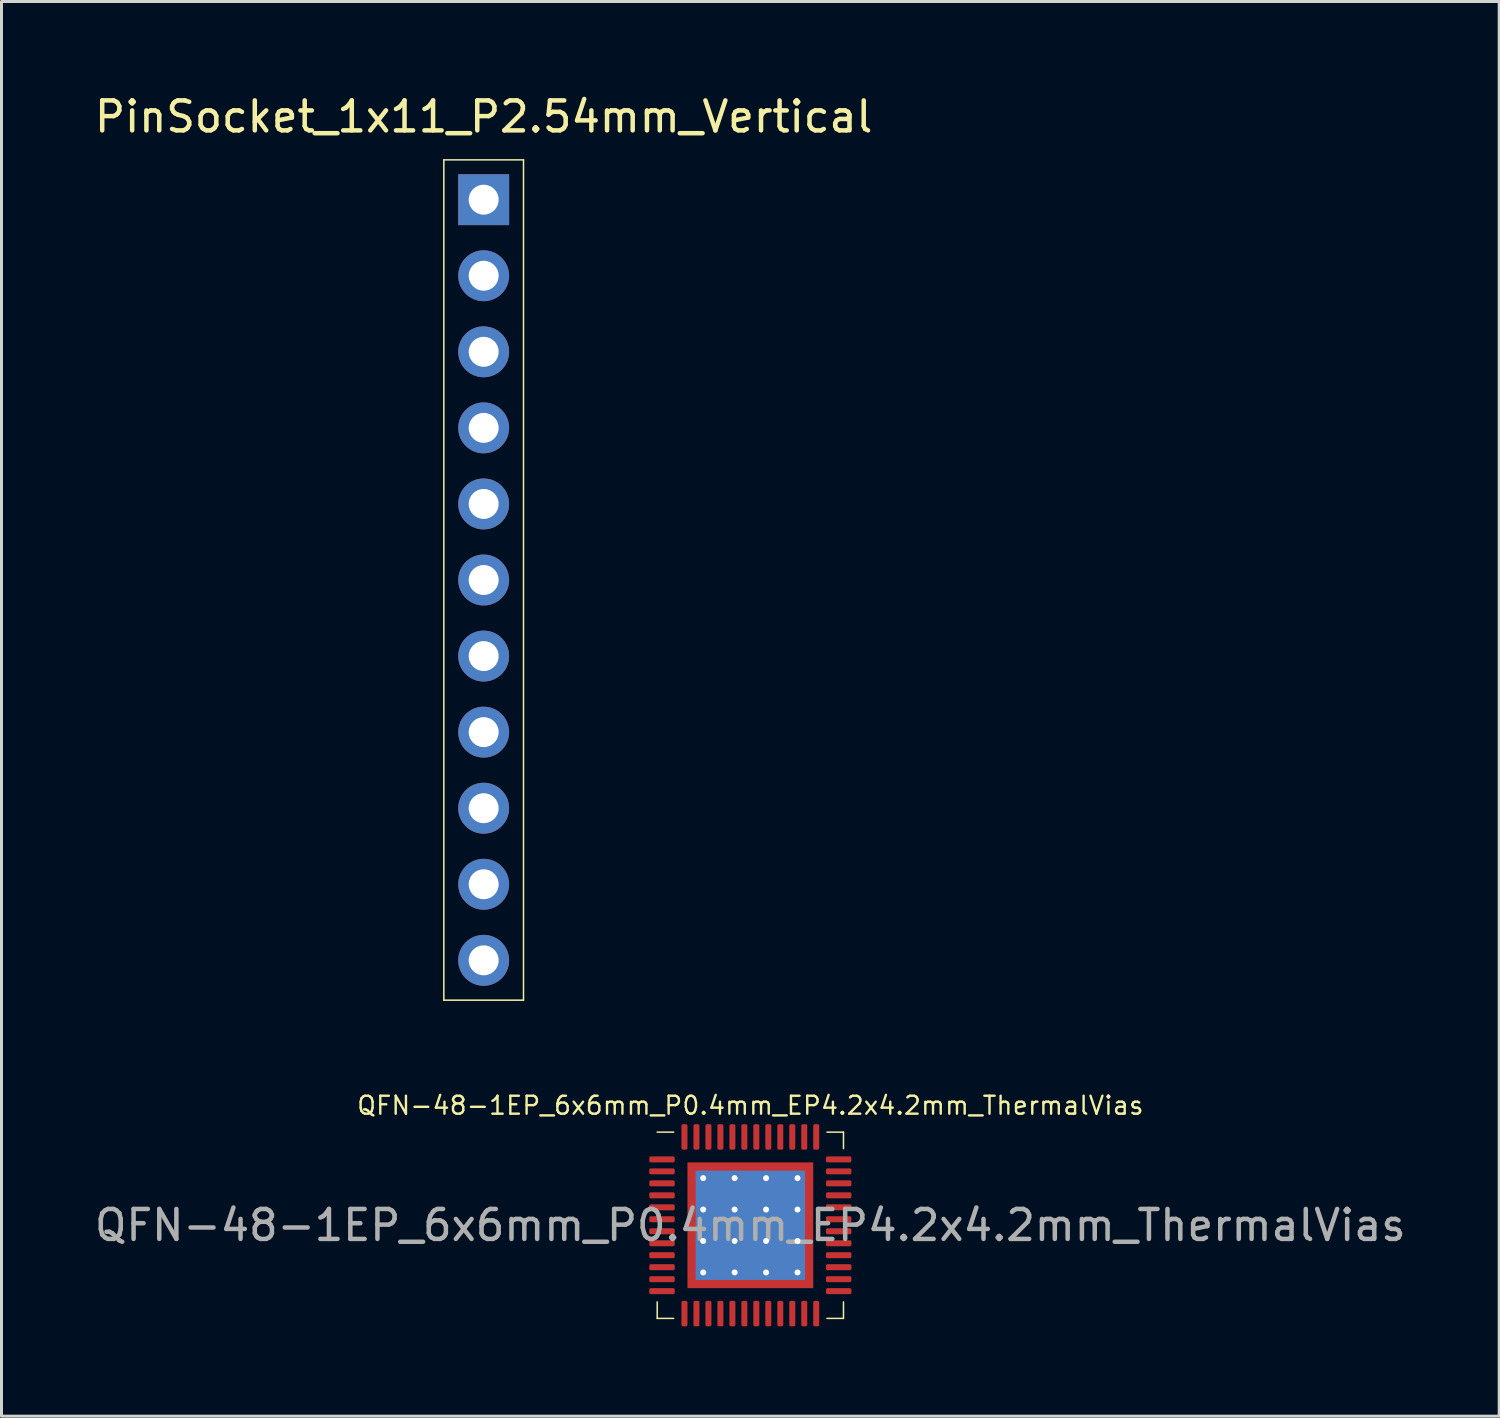
<source format=kicad_pcb>
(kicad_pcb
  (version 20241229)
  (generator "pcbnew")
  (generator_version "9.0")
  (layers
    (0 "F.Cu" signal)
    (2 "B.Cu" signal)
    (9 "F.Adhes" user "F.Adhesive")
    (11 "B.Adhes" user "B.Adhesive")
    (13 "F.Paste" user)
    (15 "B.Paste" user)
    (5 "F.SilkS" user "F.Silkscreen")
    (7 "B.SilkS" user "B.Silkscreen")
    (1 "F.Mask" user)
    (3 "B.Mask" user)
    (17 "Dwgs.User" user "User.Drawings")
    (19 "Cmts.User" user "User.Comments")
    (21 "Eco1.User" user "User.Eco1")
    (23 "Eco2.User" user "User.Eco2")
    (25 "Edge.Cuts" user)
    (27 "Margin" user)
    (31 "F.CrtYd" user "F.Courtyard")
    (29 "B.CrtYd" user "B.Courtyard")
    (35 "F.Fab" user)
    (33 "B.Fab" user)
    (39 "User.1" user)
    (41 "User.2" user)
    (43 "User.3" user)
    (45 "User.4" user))
  (footprint "QFN-48-1EP_6x6mm_P0.4mm_EP4.2x4.2mm_ThermalVias"
    (layer "F.Cu")
    (at 22.006 37.865)
    (property "Reference" "QFN-48-1EP_6x6mm_P0.4mm_EP4.2x4.2mm_ThermalVias" (at 0 -4 0) (layer "F.SilkS") (effects (font (size 0.6 0.6) (thickness 0.08))))
    (attr smd)
    (fp_line (start -3.11 3.11) (end -3.11 2.56) (stroke (width 0.05) (type solid)) (layer "F.SilkS"))
    (fp_line (start -2.56 -3.11) (end -3.11 -3.11) (stroke (width 0.05) (type solid)) (layer "F.SilkS"))
    (fp_line (start -2.56 3.11) (end -3.11 3.11) (stroke (width 0.05) (type solid)) (layer "F.SilkS"))
    (fp_line (start 2.56 -3.11) (end 3.11 -3.11) (stroke (width 0.05) (type solid)) (layer "F.SilkS"))
    (fp_line (start 2.56 3.11) (end 3.11 3.11) (stroke (width 0.05) (type solid)) (layer "F.SilkS"))
    (fp_line (start 3.11 -3.11) (end 3.11 -2.56) (stroke (width 0.05) (type solid)) (layer "F.SilkS"))
    (fp_line (start 3.11 3.11) (end 3.11 2.56) (stroke (width 0.05) (type solid)) (layer "F.SilkS"))
    (fp_text user "${REFERENCE}" (at 0 0 0) (layer "F.Fab") (effects (font (size 1 1) (thickness 0.15))))
    (pad "" smd custom (at -1.837 -1.837) (size 0.295 0.295) (layers "F.Paste") (options (anchor circle)) (primitives (gr_poly (pts (xy -0.106 -0.106) (xy 0.106 -0.106) (xy 0.106 -0.013) (xy -0.013 0.106) (xy -0.106 0.106)) (width 0.212) (fill yes))))
    (pad "" smd custom (at -1.837 -1.05) (size 0.331 0.331) (layers "F.Paste") (options (anchor circle)) (primitives (gr_poly (pts (xy -0.12 -0.331) (xy 0.043 -0.331) (xy 0.12 -0.255) (xy 0.12 0.255) (xy 0.043 0.331) (xy -0.12 0.331)) (width 0.184) (fill yes))))
    (pad "" smd custom (at -1.837 0) (size 0.331 0.331) (layers "F.Paste") (options (anchor circle)) (primitives (gr_poly (pts (xy -0.12 -0.331) (xy 0.043 -0.331) (xy 0.12 -0.255) (xy 0.12 0.255) (xy 0.043 0.331) (xy -0.12 0.331)) (width 0.184) (fill yes))))
    (pad "" smd custom (at -1.837 1.05) (size 0.331 0.331) (layers "F.Paste") (options (anchor circle)) (primitives (gr_poly (pts (xy -0.12 -0.331) (xy 0.043 -0.331) (xy 0.12 -0.255) (xy 0.12 0.255) (xy 0.043 0.331) (xy -0.12 0.331)) (width 0.184) (fill yes))))
    (pad "" smd custom (at -1.837 1.837) (size 0.295 0.295) (layers "F.Paste") (options (anchor circle)) (primitives (gr_poly (pts (xy -0.106 -0.106) (xy -0.013 -0.106) (xy 0.106 0.013) (xy 0.106 0.106) (xy -0.106 0.106)) (width 0.212) (fill yes))))
    (pad "" smd custom (at -1.05 -1.837) (size 0.331 0.331) (layers "F.Paste") (options (anchor circle)) (primitives (gr_poly (pts (xy -0.331 -0.12) (xy 0.331 -0.12) (xy 0.331 0.043) (xy 0.255 0.12) (xy -0.255 0.12) (xy -0.331 0.043)) (width 0.184) (fill yes))))
    (pad "" smd roundrect (at -1.05 -1.05) (size 0.847 0.847) (layers "F.Paste") (roundrect_rratio 0.25))
    (pad "" smd roundrect (at -1.05 0) (size 0.847 0.847) (layers "F.Paste") (roundrect_rratio 0.25))
    (pad "" smd roundrect (at -1.05 1.05) (size 0.847 0.847) (layers "F.Paste") (roundrect_rratio 0.25))
    (pad "" smd custom (at -1.05 1.837) (size 0.331 0.331) (layers "F.Paste") (options (anchor circle)) (primitives (gr_poly (pts (xy -0.331 -0.043) (xy -0.255 -0.12) (xy 0.255 -0.12) (xy 0.331 -0.043) (xy 0.331 0.12) (xy -0.331 0.12)) (width 0.184) (fill yes))))
    (pad "" smd custom (at 0 -1.837) (size 0.331 0.331) (layers "F.Paste") (options (anchor circle)) (primitives (gr_poly (pts (xy -0.331 -0.12) (xy 0.331 -0.12) (xy 0.331 0.043) (xy 0.255 0.12) (xy -0.255 0.12) (xy -0.331 0.043)) (width 0.184) (fill yes))))
    (pad "" smd roundrect (at 0 -1.05) (size 0.847 0.847) (layers "F.Paste") (roundrect_rratio 0.25))
    (pad "" smd roundrect (at 0 0) (size 0.847 0.847) (layers "F.Paste") (roundrect_rratio 0.25))
    (pad "" smd roundrect (at 0 1.05) (size 0.847 0.847) (layers "F.Paste") (roundrect_rratio 0.25))
    (pad "" smd custom (at 0 1.837) (size 0.331 0.331) (layers "F.Paste") (options (anchor circle)) (primitives (gr_poly (pts (xy -0.331 -0.043) (xy -0.255 -0.12) (xy 0.255 -0.12) (xy 0.331 -0.043) (xy 0.331 0.12) (xy -0.331 0.12)) (width 0.184) (fill yes))))
    (pad "" smd custom (at 1.05 -1.837) (size 0.331 0.331) (layers "F.Paste") (options (anchor circle)) (primitives (gr_poly (pts (xy -0.331 -0.12) (xy 0.331 -0.12) (xy 0.331 0.043) (xy 0.255 0.12) (xy -0.255 0.12) (xy -0.331 0.043)) (width 0.184) (fill yes))))
    (pad "" smd roundrect (at 1.05 -1.05) (size 0.847 0.847) (layers "F.Paste") (roundrect_rratio 0.25))
    (pad "" smd roundrect (at 1.05 0) (size 0.847 0.847) (layers "F.Paste") (roundrect_rratio 0.25))
    (pad "" smd roundrect (at 1.05 1.05) (size 0.847 0.847) (layers "F.Paste") (roundrect_rratio 0.25))
    (pad "" smd custom (at 1.05 1.837) (size 0.331 0.331) (layers "F.Paste") (options (anchor circle)) (primitives (gr_poly (pts (xy -0.331 -0.043) (xy -0.255 -0.12) (xy 0.255 -0.12) (xy 0.331 -0.043) (xy 0.331 0.12) (xy -0.331 0.12)) (width 0.184) (fill yes))))
    (pad "" smd custom (at 1.837 -1.837) (size 0.295 0.295) (layers "F.Paste") (options (anchor circle)) (primitives (gr_poly (pts (xy -0.106 -0.106) (xy 0.106 -0.106) (xy 0.106 0.106) (xy 0.013 0.106) (xy -0.106 -0.013)) (width 0.212) (fill yes))))
    (pad "" smd custom (at 1.837 -1.05) (size 0.331 0.331) (layers "F.Paste") (options (anchor circle)) (primitives (gr_poly (pts (xy -0.12 -0.255) (xy -0.043 -0.331) (xy 0.12 -0.331) (xy 0.12 0.331) (xy -0.043 0.331) (xy -0.12 0.255)) (width 0.184) (fill yes))))
    (pad "" smd custom (at 1.837 0) (size 0.331 0.331) (layers "F.Paste") (options (anchor circle)) (primitives (gr_poly (pts (xy -0.12 -0.255) (xy -0.043 -0.331) (xy 0.12 -0.331) (xy 0.12 0.331) (xy -0.043 0.331) (xy -0.12 0.255)) (width 0.184) (fill yes))))
    (pad "" smd custom (at 1.837 1.05) (size 0.331 0.331) (layers "F.Paste") (options (anchor circle)) (primitives (gr_poly (pts (xy -0.12 -0.255) (xy -0.043 -0.331) (xy 0.12 -0.331) (xy 0.12 0.331) (xy -0.043 0.331) (xy -0.12 0.255)) (width 0.184) (fill yes))))
    (pad "" smd custom (at 1.837 1.837) (size 0.295 0.295) (layers "F.Paste") (options (anchor circle)) (primitives (gr_poly (pts (xy -0.106 0.013) (xy 0.013 -0.106) (xy 0.106 -0.106) (xy 0.106 0.106) (xy -0.106 0.106)) (width 0.212) (fill yes))))
    (pad "1" smd roundrect (at -2.95 -2.2) (size 0.85 0.2) (layers "F.Cu" "F.Mask" "F.Paste") (roundrect_rratio 0.25))
    (pad "2" smd roundrect (at -2.95 -1.8) (size 0.85 0.2) (layers "F.Cu" "F.Mask" "F.Paste") (roundrect_rratio 0.25))
    (pad "3" smd roundrect (at -2.95 -1.4) (size 0.85 0.2) (layers "F.Cu" "F.Mask" "F.Paste") (roundrect_rratio 0.25))
    (pad "4" smd roundrect (at -2.95 -1) (size 0.85 0.2) (layers "F.Cu" "F.Mask" "F.Paste") (roundrect_rratio 0.25))
    (pad "5" smd roundrect (at -2.95 -0.6) (size 0.85 0.2) (layers "F.Cu" "F.Mask" "F.Paste") (roundrect_rratio 0.25))
    (pad "6" smd roundrect (at -2.95 -0.2) (size 0.85 0.2) (layers "F.Cu" "F.Mask" "F.Paste") (roundrect_rratio 0.25))
    (pad "7" smd roundrect (at -2.95 0.2) (size 0.85 0.2) (layers "F.Cu" "F.Mask" "F.Paste") (roundrect_rratio 0.25))
    (pad "8" smd roundrect (at -2.95 0.6) (size 0.85 0.2) (layers "F.Cu" "F.Mask" "F.Paste") (roundrect_rratio 0.25))
    (pad "9" smd roundrect (at -2.95 1) (size 0.85 0.2) (layers "F.Cu" "F.Mask" "F.Paste") (roundrect_rratio 0.25))
    (pad "10" smd roundrect (at -2.95 1.4) (size 0.85 0.2) (layers "F.Cu" "F.Mask" "F.Paste") (roundrect_rratio 0.25))
    (pad "11" smd roundrect (at -2.95 1.8) (size 0.85 0.2) (layers "F.Cu" "F.Mask" "F.Paste") (roundrect_rratio 0.25))
    (pad "12" smd roundrect (at -2.95 2.2) (size 0.85 0.2) (layers "F.Cu" "F.Mask" "F.Paste") (roundrect_rratio 0.25))
    (pad "13" smd roundrect (at -2.2 2.95) (size 0.2 0.85) (layers "F.Cu" "F.Mask" "F.Paste") (roundrect_rratio 0.25))
    (pad "14" smd roundrect (at -1.8 2.95) (size 0.2 0.85) (layers "F.Cu" "F.Mask" "F.Paste") (roundrect_rratio 0.25))
    (pad "15" smd roundrect (at -1.4 2.95) (size 0.2 0.85) (layers "F.Cu" "F.Mask" "F.Paste") (roundrect_rratio 0.25))
    (pad "16" smd roundrect (at -1 2.95) (size 0.2 0.85) (layers "F.Cu" "F.Mask" "F.Paste") (roundrect_rratio 0.25))
    (pad "17" smd roundrect (at -0.6 2.95) (size 0.2 0.85) (layers "F.Cu" "F.Mask" "F.Paste") (roundrect_rratio 0.25))
    (pad "18" smd roundrect (at -0.2 2.95) (size 0.2 0.85) (layers "F.Cu" "F.Mask" "F.Paste") (roundrect_rratio 0.25))
    (pad "19" smd roundrect (at 0.2 2.95) (size 0.2 0.85) (layers "F.Cu" "F.Mask" "F.Paste") (roundrect_rratio 0.25))
    (pad "20" smd roundrect (at 0.6 2.95) (size 0.2 0.85) (layers "F.Cu" "F.Mask" "F.Paste") (roundrect_rratio 0.25))
    (pad "21" smd roundrect (at 1 2.95) (size 0.2 0.85) (layers "F.Cu" "F.Mask" "F.Paste") (roundrect_rratio 0.25))
    (pad "22" smd roundrect (at 1.4 2.95) (size 0.2 0.85) (layers "F.Cu" "F.Mask" "F.Paste") (roundrect_rratio 0.25))
    (pad "23" smd roundrect (at 1.8 2.95) (size 0.2 0.85) (layers "F.Cu" "F.Mask" "F.Paste") (roundrect_rratio 0.25))
    (pad "24" smd roundrect (at 2.2 2.95) (size 0.2 0.85) (layers "F.Cu" "F.Mask" "F.Paste") (roundrect_rratio 0.25))
    (pad "25" smd roundrect (at 2.95 2.2) (size 0.85 0.2) (layers "F.Cu" "F.Mask" "F.Paste") (roundrect_rratio 0.25))
    (pad "26" smd roundrect (at 2.95 1.8) (size 0.85 0.2) (layers "F.Cu" "F.Mask" "F.Paste") (roundrect_rratio 0.25))
    (pad "27" smd roundrect (at 2.95 1.4) (size 0.85 0.2) (layers "F.Cu" "F.Mask" "F.Paste") (roundrect_rratio 0.25))
    (pad "28" smd roundrect (at 2.95 1) (size 0.85 0.2) (layers "F.Cu" "F.Mask" "F.Paste") (roundrect_rratio 0.25))
    (pad "29" smd roundrect (at 2.95 0.6) (size 0.85 0.2) (layers "F.Cu" "F.Mask" "F.Paste") (roundrect_rratio 0.25))
    (pad "30" smd roundrect (at 2.95 0.2) (size 0.85 0.2) (layers "F.Cu" "F.Mask" "F.Paste") (roundrect_rratio 0.25))
    (pad "31" smd roundrect (at 2.95 -0.2) (size 0.85 0.2) (layers "F.Cu" "F.Mask" "F.Paste") (roundrect_rratio 0.25))
    (pad "32" smd roundrect (at 2.95 -0.6) (size 0.85 0.2) (layers "F.Cu" "F.Mask" "F.Paste") (roundrect_rratio 0.25))
    (pad "33" smd roundrect (at 2.95 -1) (size 0.85 0.2) (layers "F.Cu" "F.Mask" "F.Paste") (roundrect_rratio 0.25))
    (pad "34" smd roundrect (at 2.95 -1.4) (size 0.85 0.2) (layers "F.Cu" "F.Mask" "F.Paste") (roundrect_rratio 0.25))
    (pad "35" smd roundrect (at 2.95 -1.8) (size 0.85 0.2) (layers "F.Cu" "F.Mask" "F.Paste") (roundrect_rratio 0.25))
    (pad "36" smd roundrect (at 2.95 -2.2) (size 0.85 0.2) (layers "F.Cu" "F.Mask" "F.Paste") (roundrect_rratio 0.25))
    (pad "37" smd roundrect (at 2.2 -2.95) (size 0.2 0.85) (layers "F.Cu" "F.Mask" "F.Paste") (roundrect_rratio 0.25))
    (pad "38" smd roundrect (at 1.8 -2.95) (size 0.2 0.85) (layers "F.Cu" "F.Mask" "F.Paste") (roundrect_rratio 0.25))
    (pad "39" smd roundrect (at 1.4 -2.95) (size 0.2 0.85) (layers "F.Cu" "F.Mask" "F.Paste") (roundrect_rratio 0.25))
    (pad "40" smd roundrect (at 1 -2.95) (size 0.2 0.85) (layers "F.Cu" "F.Mask" "F.Paste") (roundrect_rratio 0.25))
    (pad "41" smd roundrect (at 0.6 -2.95) (size 0.2 0.85) (layers "F.Cu" "F.Mask" "F.Paste") (roundrect_rratio 0.25))
    (pad "42" smd roundrect (at 0.2 -2.95) (size 0.2 0.85) (layers "F.Cu" "F.Mask" "F.Paste") (roundrect_rratio 0.25))
    (pad "43" smd roundrect (at -0.2 -2.95) (size 0.2 0.85) (layers "F.Cu" "F.Mask" "F.Paste") (roundrect_rratio 0.25))
    (pad "44" smd roundrect (at -0.6 -2.95) (size 0.2 0.85) (layers "F.Cu" "F.Mask" "F.Paste") (roundrect_rratio 0.25))
    (pad "45" smd roundrect (at -1 -2.95) (size 0.2 0.85) (layers "F.Cu" "F.Mask" "F.Paste") (roundrect_rratio 0.25))
    (pad "46" smd roundrect (at -1.4 -2.95) (size 0.2 0.85) (layers "F.Cu" "F.Mask" "F.Paste") (roundrect_rratio 0.25))
    (pad "47" smd roundrect (at -1.8 -2.95) (size 0.2 0.85) (layers "F.Cu" "F.Mask" "F.Paste") (roundrect_rratio 0.25))
    (pad "48" smd roundrect (at -2.2 -2.95) (size 0.2 0.85) (layers "F.Cu" "F.Mask" "F.Paste") (roundrect_rratio 0.25))
    (pad "49" thru_hole circle (at -1.575 -1.575) (size 0.5 0.5) (drill 0.2) (layers "*.Cu"))
    (pad "49" thru_hole circle (at -1.575 -0.525) (size 0.5 0.5) (drill 0.2) (layers "*.Cu"))
    (pad "49" thru_hole circle (at -1.575 0.525) (size 0.5 0.5) (drill 0.2) (layers "*.Cu"))
    (pad "49" thru_hole circle (at -1.575 1.575) (size 0.5 0.5) (drill 0.2) (layers "*.Cu"))
    (pad "49" thru_hole circle (at -0.525 -1.575) (size 0.5 0.5) (drill 0.2) (layers "*.Cu"))
    (pad "49" thru_hole circle (at -0.525 -0.525) (size 0.5 0.5) (drill 0.2) (layers "*.Cu"))
    (pad "49" thru_hole circle (at -0.525 0.525) (size 0.5 0.5) (drill 0.2) (layers "*.Cu"))
    (pad "49" thru_hole circle (at -0.525 1.575) (size 0.5 0.5) (drill 0.2) (layers "*.Cu"))
    (pad "49" smd rect (at 0 0) (size 3.65 3.65) (layers "B.Cu"))
    (pad "49" smd rect (at 0 0) (size 4.2 4.2) (layers "F.Cu" "F.Mask"))
    (pad "49" thru_hole circle (at 0.525 -1.575) (size 0.5 0.5) (drill 0.2) (layers "*.Cu"))
    (pad "49" thru_hole circle (at 0.525 -0.525) (size 0.5 0.5) (drill 0.2) (layers "*.Cu"))
    (pad "49" thru_hole circle (at 0.525 0.525) (size 0.5 0.5) (drill 0.2) (layers "*.Cu"))
    (pad "49" thru_hole circle (at 0.525 1.575) (size 0.5 0.5) (drill 0.2) (layers "*.Cu"))
    (pad "49" thru_hole circle (at 1.575 -1.575) (size 0.5 0.5) (drill 0.2) (layers "*.Cu"))
    (pad "49" thru_hole circle (at 1.575 -0.525) (size 0.5 0.5) (drill 0.2) (layers "*.Cu"))
    (pad "49" thru_hole circle (at 1.575 0.525) (size 0.5 0.5) (drill 0.2) (layers "*.Cu"))
    (pad "49" thru_hole circle (at 1.575 1.575) (size 0.5 0.5) (drill 0.2) (layers "*.Cu")))
  (footprint "PinSocket_1x11_P2.54mm_Vertical"
    (layer "F.Cu")
    (at 13.101 3.618)
    (property "Reference" "PinSocket_1x11_P2.54mm_Vertical" (at 0 -2.77 0) (layer "F.SilkS") (effects (font (size 1 1) (thickness 0.15))))
    (attr through_hole)
    (fp_line (start -1.33 -1.33) (end -1.33 26.73) (stroke (width 0.05) (type solid)) (layer "F.SilkS"))
    (fp_line (start -1.33 -1.33) (end 1.33 -1.33) (stroke (width 0.05) (type solid)) (layer "F.SilkS"))
    (fp_line (start -1.33 26.73) (end 1.33 26.73) (stroke (width 0.05) (type solid)) (layer "F.SilkS"))
    (fp_line (start 1.33 -1.33) (end 1.33 26.73) (stroke (width 0.05) (type solid)) (layer "F.SilkS"))
    (pad "1" thru_hole rect (at 0 0) (size 1.7 1.7) (drill 1) (layers "*.Cu" "*.Mask"))
    (pad "2" thru_hole oval (at 0 2.54) (size 1.7 1.7) (drill 1) (layers "*.Cu" "*.Mask"))
    (pad "3" thru_hole oval (at 0 5.08) (size 1.7 1.7) (drill 1) (layers "*.Cu" "*.Mask"))
    (pad "4" thru_hole oval (at 0 7.62) (size 1.7 1.7) (drill 1) (layers "*.Cu" "*.Mask"))
    (pad "5" thru_hole oval (at 0 10.16) (size 1.7 1.7) (drill 1) (layers "*.Cu" "*.Mask"))
    (pad "6" thru_hole oval (at 0 12.7) (size 1.7 1.7) (drill 1) (layers "*.Cu" "*.Mask"))
    (pad "7" thru_hole oval (at 0 15.24) (size 1.7 1.7) (drill 1) (layers "*.Cu" "*.Mask"))
    (pad "8" thru_hole oval (at 0 17.78) (size 1.7 1.7) (drill 1) (layers "*.Cu" "*.Mask"))
    (pad "9" thru_hole oval (at 0 20.32) (size 1.7 1.7) (drill 1) (layers "*.Cu" "*.Mask"))
    (pad "10" thru_hole oval (at 0 22.86) (size 1.7 1.7) (drill 1) (layers "*.Cu" "*.Mask"))
    (pad "11" thru_hole oval (at 0 25.4) (size 1.7 1.7) (drill 1) (layers "*.Cu" "*.Mask")))
  (gr_rect
    (start -3 -3)
    (end 47.012 44.24)
    (stroke (width 0.1) (type default))
    (fill no)
    (layer "Edge.Cuts")))
</source>
